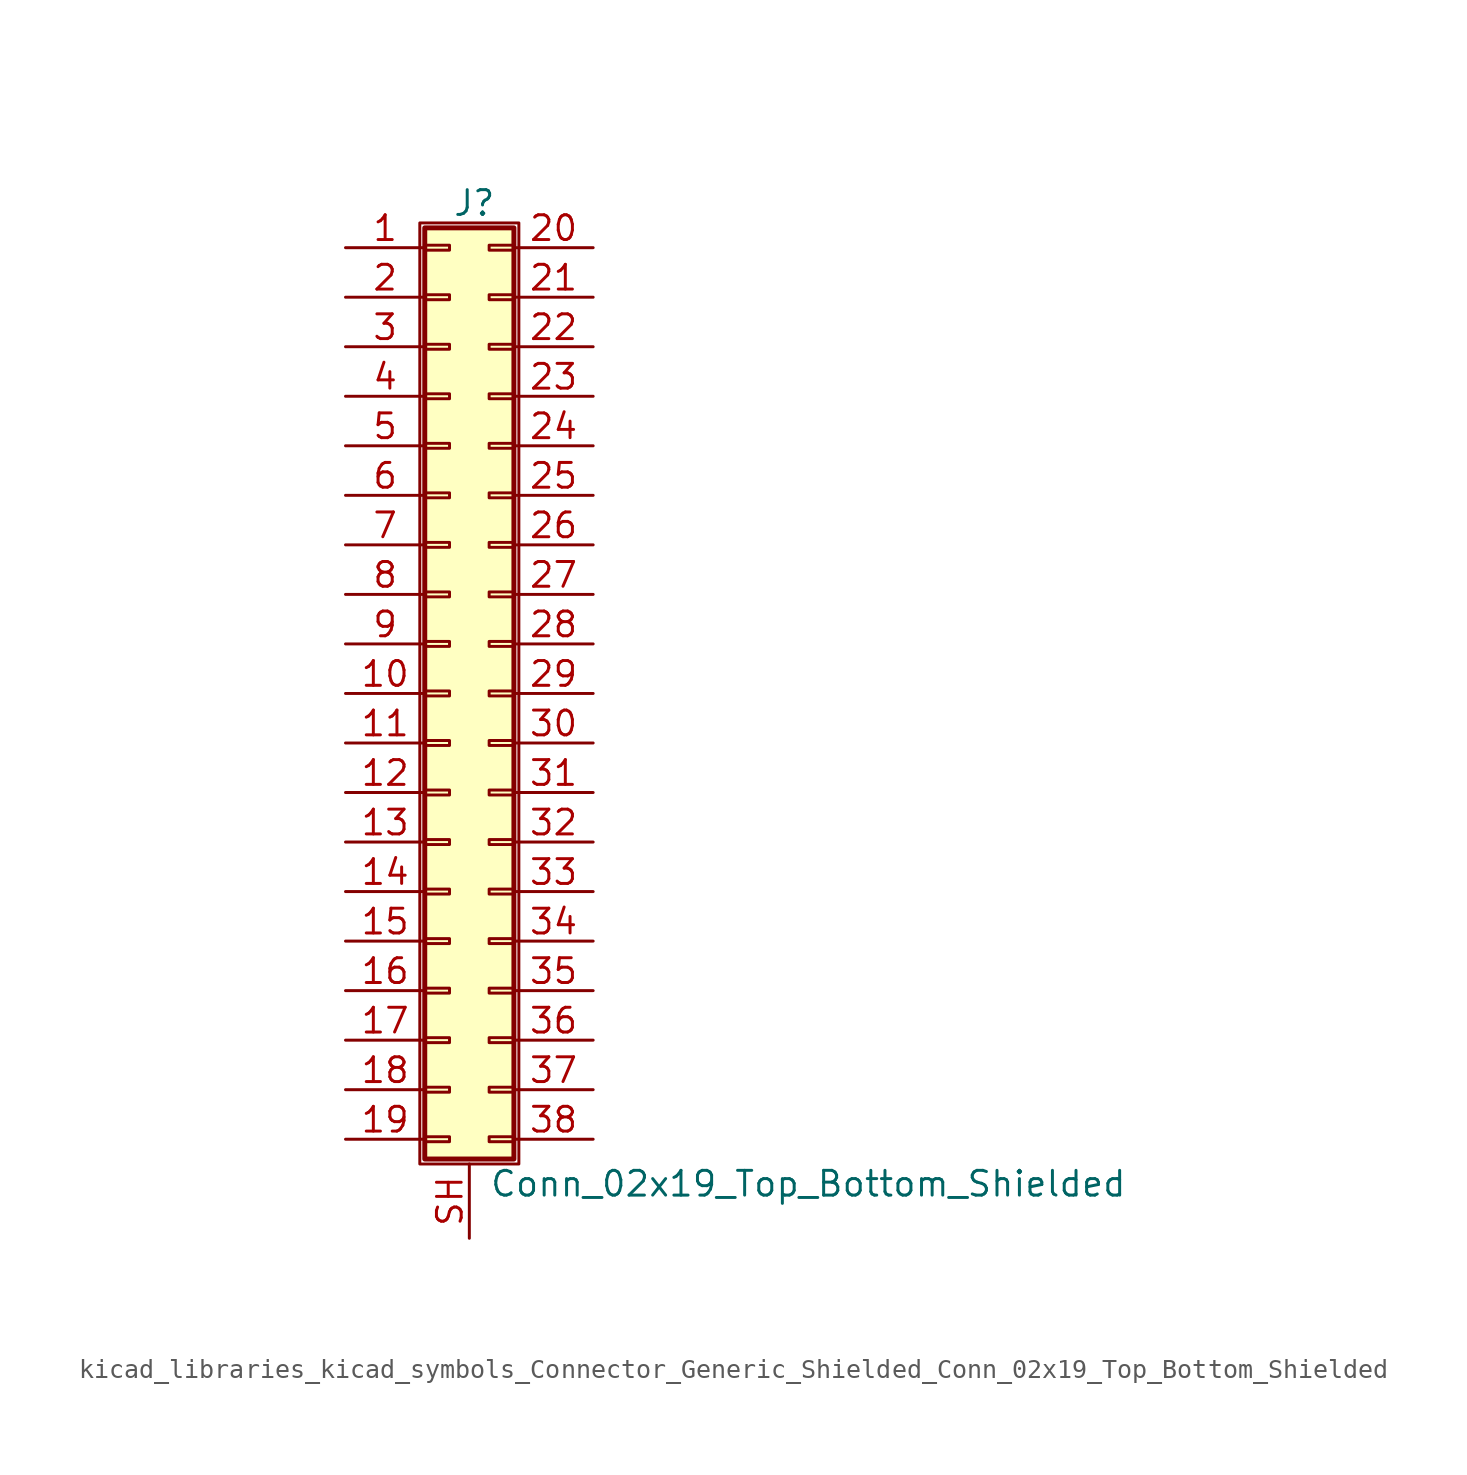
<source format=kicad_sym>
(kicad_symbol_lib
  (version 20220914)
  (generator kicad_symbol_editor)
  (symbol "kicad_libraries_kicad_symbols_Connector_Generic_Shielded_Conn_02x19_Top_Bottom_Shielded"
    (pin_names
      (offset 1.016) hide)
    (property "Reference" "J"
      (at 1.524 25.146 0)
      (effects (font (size 1.27 1.27))))
    (property "Value" "Conn_02x19_Top_Bottom_Shielded"
      (at 2.286 -25.146 0)
      (effects (font (size 1.27 1.27)) (justify left)))
    (symbol "kicad_libraries_kicad_symbols_Connector_Generic_Shielded_Conn_02x19_Top_Bottom_Shielded_1_1"
      (rectangle (start -1.27 24.13) (end 3.81 -24.13) (stroke (width 0.152) (type default)) (fill (type none)))
      (rectangle (start -1.016 -22.733) (end 0.254 -22.987) (stroke (width 0.152) (type default)) (fill (type none)))
      (rectangle (start -1.016 -20.193) (end 0.254 -20.447) (stroke (width 0.152) (type default)) (fill (type none)))
      (rectangle (start -1.016 -17.653) (end 0.254 -17.907) (stroke (width 0.152) (type default)) (fill (type none)))
      (rectangle (start -1.016 -15.113) (end 0.254 -15.367) (stroke (width 0.152) (type default)) (fill (type none)))
      (rectangle (start -1.016 -12.573) (end 0.254 -12.827) (stroke (width 0.152) (type default)) (fill (type none)))
      (rectangle (start -1.016 -10.033) (end 0.254 -10.287) (stroke (width 0.152) (type default)) (fill (type none)))
      (rectangle (start -1.016 -7.493) (end 0.254 -7.747) (stroke (width 0.152) (type default)) (fill (type none)))
      (rectangle (start -1.016 -4.953) (end 0.254 -5.207) (stroke (width 0.152) (type default)) (fill (type none)))
      (rectangle (start -1.016 -2.413) (end 0.254 -2.667) (stroke (width 0.152) (type default)) (fill (type none)))
      (rectangle (start -1.016 0.127) (end 0.254 -0.127) (stroke (width 0.152) (type default)) (fill (type none)))
      (rectangle (start -1.016 2.667) (end 0.254 2.413) (stroke (width 0.152) (type default)) (fill (type none)))
      (rectangle (start -1.016 5.207) (end 0.254 4.953) (stroke (width 0.152) (type default)) (fill (type none)))
      (rectangle (start -1.016 7.747) (end 0.254 7.493) (stroke (width 0.152) (type default)) (fill (type none)))
      (rectangle (start -1.016 10.287) (end 0.254 10.033) (stroke (width 0.152) (type default)) (fill (type none)))
      (rectangle (start -1.016 12.827) (end 0.254 12.573) (stroke (width 0.152) (type default)) (fill (type none)))
      (rectangle (start -1.016 15.367) (end 0.254 15.113) (stroke (width 0.152) (type default)) (fill (type none)))
      (rectangle (start -1.016 17.907) (end 0.254 17.653) (stroke (width 0.152) (type default)) (fill (type none)))
      (rectangle (start -1.016 20.447) (end 0.254 20.193) (stroke (width 0.152) (type default)) (fill (type none)))
      (rectangle (start -1.016 22.987) (end 0.254 22.733) (stroke (width 0.152) (type default)) (fill (type none)))
      (rectangle (start -1.016 23.876) (end 3.556 -23.876) (stroke (width 0.254) (type default)) (fill (type background)))
      (rectangle (start 3.556 -22.733) (end 2.286 -22.987) (stroke (width 0.152) (type default)) (fill (type none)))
      (rectangle (start 3.556 -20.193) (end 2.286 -20.447) (stroke (width 0.152) (type default)) (fill (type none)))
      (rectangle (start 3.556 -17.653) (end 2.286 -17.907) (stroke (width 0.152) (type default)) (fill (type none)))
      (rectangle (start 3.556 -15.113) (end 2.286 -15.367) (stroke (width 0.152) (type default)) (fill (type none)))
      (rectangle (start 3.556 -12.573) (end 2.286 -12.827) (stroke (width 0.152) (type default)) (fill (type none)))
      (rectangle (start 3.556 -10.033) (end 2.286 -10.287) (stroke (width 0.152) (type default)) (fill (type none)))
      (rectangle (start 3.556 -7.493) (end 2.286 -7.747) (stroke (width 0.152) (type default)) (fill (type none)))
      (rectangle (start 3.556 -4.953) (end 2.286 -5.207) (stroke (width 0.152) (type default)) (fill (type none)))
      (rectangle (start 3.556 -2.413) (end 2.286 -2.667) (stroke (width 0.152) (type default)) (fill (type none)))
      (rectangle (start 3.556 0.127) (end 2.286 -0.127) (stroke (width 0.152) (type default)) (fill (type none)))
      (rectangle (start 3.556 2.667) (end 2.286 2.413) (stroke (width 0.152) (type default)) (fill (type none)))
      (rectangle (start 3.556 5.207) (end 2.286 4.953) (stroke (width 0.152) (type default)) (fill (type none)))
      (rectangle (start 3.556 7.747) (end 2.286 7.493) (stroke (width 0.152) (type default)) (fill (type none)))
      (rectangle (start 3.556 10.287) (end 2.286 10.033) (stroke (width 0.152) (type default)) (fill (type none)))
      (rectangle (start 3.556 12.827) (end 2.286 12.573) (stroke (width 0.152) (type default)) (fill (type none)))
      (rectangle (start 3.556 15.367) (end 2.286 15.113) (stroke (width 0.152) (type default)) (fill (type none)))
      (rectangle (start 3.556 17.907) (end 2.286 17.653) (stroke (width 0.152) (type default)) (fill (type none)))
      (rectangle (start 3.556 20.447) (end 2.286 20.193) (stroke (width 0.152) (type default)) (fill (type none)))
      (rectangle (start 3.556 22.987) (end 2.286 22.733) (stroke (width 0.152) (type default)) (fill (type none)))
      (pin passive line (at -5.08 22.86 0) (length 4.064) (name "Pin_1" (effects (font (size 1.27 1.27)))) (number "1" (effects (font (size 1.27 1.27)))))
      (pin passive line (at -5.08 0 0) (length 4.064) (name "Pin_10" (effects (font (size 1.27 1.27)))) (number "10" (effects (font (size 1.27 1.27)))))
      (pin passive line (at -5.08 -2.54 0) (length 4.064) (name "Pin_11" (effects (font (size 1.27 1.27)))) (number "11" (effects (font (size 1.27 1.27)))))
      (pin passive line (at -5.08 -5.08 0) (length 4.064) (name "Pin_12" (effects (font (size 1.27 1.27)))) (number "12" (effects (font (size 1.27 1.27)))))
      (pin passive line (at -5.08 -7.62 0) (length 4.064) (name "Pin_13" (effects (font (size 1.27 1.27)))) (number "13" (effects (font (size 1.27 1.27)))))
      (pin passive line (at -5.08 -10.16 0) (length 4.064) (name "Pin_14" (effects (font (size 1.27 1.27)))) (number "14" (effects (font (size 1.27 1.27)))))
      (pin passive line (at -5.08 -12.7 0) (length 4.064) (name "Pin_15" (effects (font (size 1.27 1.27)))) (number "15" (effects (font (size 1.27 1.27)))))
      (pin passive line (at -5.08 -15.24 0) (length 4.064) (name "Pin_16" (effects (font (size 1.27 1.27)))) (number "16" (effects (font (size 1.27 1.27)))))
      (pin passive line (at -5.08 -17.78 0) (length 4.064) (name "Pin_17" (effects (font (size 1.27 1.27)))) (number "17" (effects (font (size 1.27 1.27)))))
      (pin passive line (at -5.08 -20.32 0) (length 4.064) (name "Pin_18" (effects (font (size 1.27 1.27)))) (number "18" (effects (font (size 1.27 1.27)))))
      (pin passive line (at -5.08 -22.86 0) (length 4.064) (name "Pin_19" (effects (font (size 1.27 1.27)))) (number "19" (effects (font (size 1.27 1.27)))))
      (pin passive line (at -5.08 20.32 0) (length 4.064) (name "Pin_2" (effects (font (size 1.27 1.27)))) (number "2" (effects (font (size 1.27 1.27)))))
      (pin passive line (at 7.62 22.86 180) (length 4.064) (name "Pin_20" (effects (font (size 1.27 1.27)))) (number "20" (effects (font (size 1.27 1.27)))))
      (pin passive line (at 7.62 20.32 180) (length 4.064) (name "Pin_21" (effects (font (size 1.27 1.27)))) (number "21" (effects (font (size 1.27 1.27)))))
      (pin passive line (at 7.62 17.78 180) (length 4.064) (name "Pin_22" (effects (font (size 1.27 1.27)))) (number "22" (effects (font (size 1.27 1.27)))))
      (pin passive line (at 7.62 15.24 180) (length 4.064) (name "Pin_23" (effects (font (size 1.27 1.27)))) (number "23" (effects (font (size 1.27 1.27)))))
      (pin passive line (at 7.62 12.7 180) (length 4.064) (name "Pin_24" (effects (font (size 1.27 1.27)))) (number "24" (effects (font (size 1.27 1.27)))))
      (pin passive line (at 7.62 10.16 180) (length 4.064) (name "Pin_25" (effects (font (size 1.27 1.27)))) (number "25" (effects (font (size 1.27 1.27)))))
      (pin passive line (at 7.62 7.62 180) (length 4.064) (name "Pin_26" (effects (font (size 1.27 1.27)))) (number "26" (effects (font (size 1.27 1.27)))))
      (pin passive line (at 7.62 5.08 180) (length 4.064) (name "Pin_27" (effects (font (size 1.27 1.27)))) (number "27" (effects (font (size 1.27 1.27)))))
      (pin passive line (at 7.62 2.54 180) (length 4.064) (name "Pin_28" (effects (font (size 1.27 1.27)))) (number "28" (effects (font (size 1.27 1.27)))))
      (pin passive line (at 7.62 0 180) (length 4.064) (name "Pin_29" (effects (font (size 1.27 1.27)))) (number "29" (effects (font (size 1.27 1.27)))))
      (pin passive line (at -5.08 17.78 0) (length 4.064) (name "Pin_3" (effects (font (size 1.27 1.27)))) (number "3" (effects (font (size 1.27 1.27)))))
      (pin passive line (at 7.62 -2.54 180) (length 4.064) (name "Pin_30" (effects (font (size 1.27 1.27)))) (number "30" (effects (font (size 1.27 1.27)))))
      (pin passive line (at 7.62 -5.08 180) (length 4.064) (name "Pin_31" (effects (font (size 1.27 1.27)))) (number "31" (effects (font (size 1.27 1.27)))))
      (pin passive line (at 7.62 -7.62 180) (length 4.064) (name "Pin_32" (effects (font (size 1.27 1.27)))) (number "32" (effects (font (size 1.27 1.27)))))
      (pin passive line (at 7.62 -10.16 180) (length 4.064) (name "Pin_33" (effects (font (size 1.27 1.27)))) (number "33" (effects (font (size 1.27 1.27)))))
      (pin passive line (at 7.62 -12.7 180) (length 4.064) (name "Pin_34" (effects (font (size 1.27 1.27)))) (number "34" (effects (font (size 1.27 1.27)))))
      (pin passive line (at 7.62 -15.24 180) (length 4.064) (name "Pin_35" (effects (font (size 1.27 1.27)))) (number "35" (effects (font (size 1.27 1.27)))))
      (pin passive line (at 7.62 -17.78 180) (length 4.064) (name "Pin_36" (effects (font (size 1.27 1.27)))) (number "36" (effects (font (size 1.27 1.27)))))
      (pin passive line (at 7.62 -20.32 180) (length 4.064) (name "Pin_37" (effects (font (size 1.27 1.27)))) (number "37" (effects (font (size 1.27 1.27)))))
      (pin passive line (at 7.62 -22.86 180) (length 4.064) (name "Pin_38" (effects (font (size 1.27 1.27)))) (number "38" (effects (font (size 1.27 1.27)))))
      (pin passive line (at -5.08 15.24 0) (length 4.064) (name "Pin_4" (effects (font (size 1.27 1.27)))) (number "4" (effects (font (size 1.27 1.27)))))
      (pin passive line (at -5.08 12.7 0) (length 4.064) (name "Pin_5" (effects (font (size 1.27 1.27)))) (number "5" (effects (font (size 1.27 1.27)))))
      (pin passive line (at -5.08 10.16 0) (length 4.064) (name "Pin_6" (effects (font (size 1.27 1.27)))) (number "6" (effects (font (size 1.27 1.27)))))
      (pin passive line (at -5.08 7.62 0) (length 4.064) (name "Pin_7" (effects (font (size 1.27 1.27)))) (number "7" (effects (font (size 1.27 1.27)))))
      (pin passive line (at -5.08 5.08 0) (length 4.064) (name "Pin_8" (effects (font (size 1.27 1.27)))) (number "8" (effects (font (size 1.27 1.27)))))
      (pin passive line (at -5.08 2.54 0) (length 4.064) (name "Pin_9" (effects (font (size 1.27 1.27)))) (number "9" (effects (font (size 1.27 1.27)))))
      (pin passive line (at 1.27 -27.94 90) (length 3.81) (name "Shield" (effects (font (size 1.27 1.27)))) (number "SH" (effects (font (size 1.27 1.27))))))))
</source>
